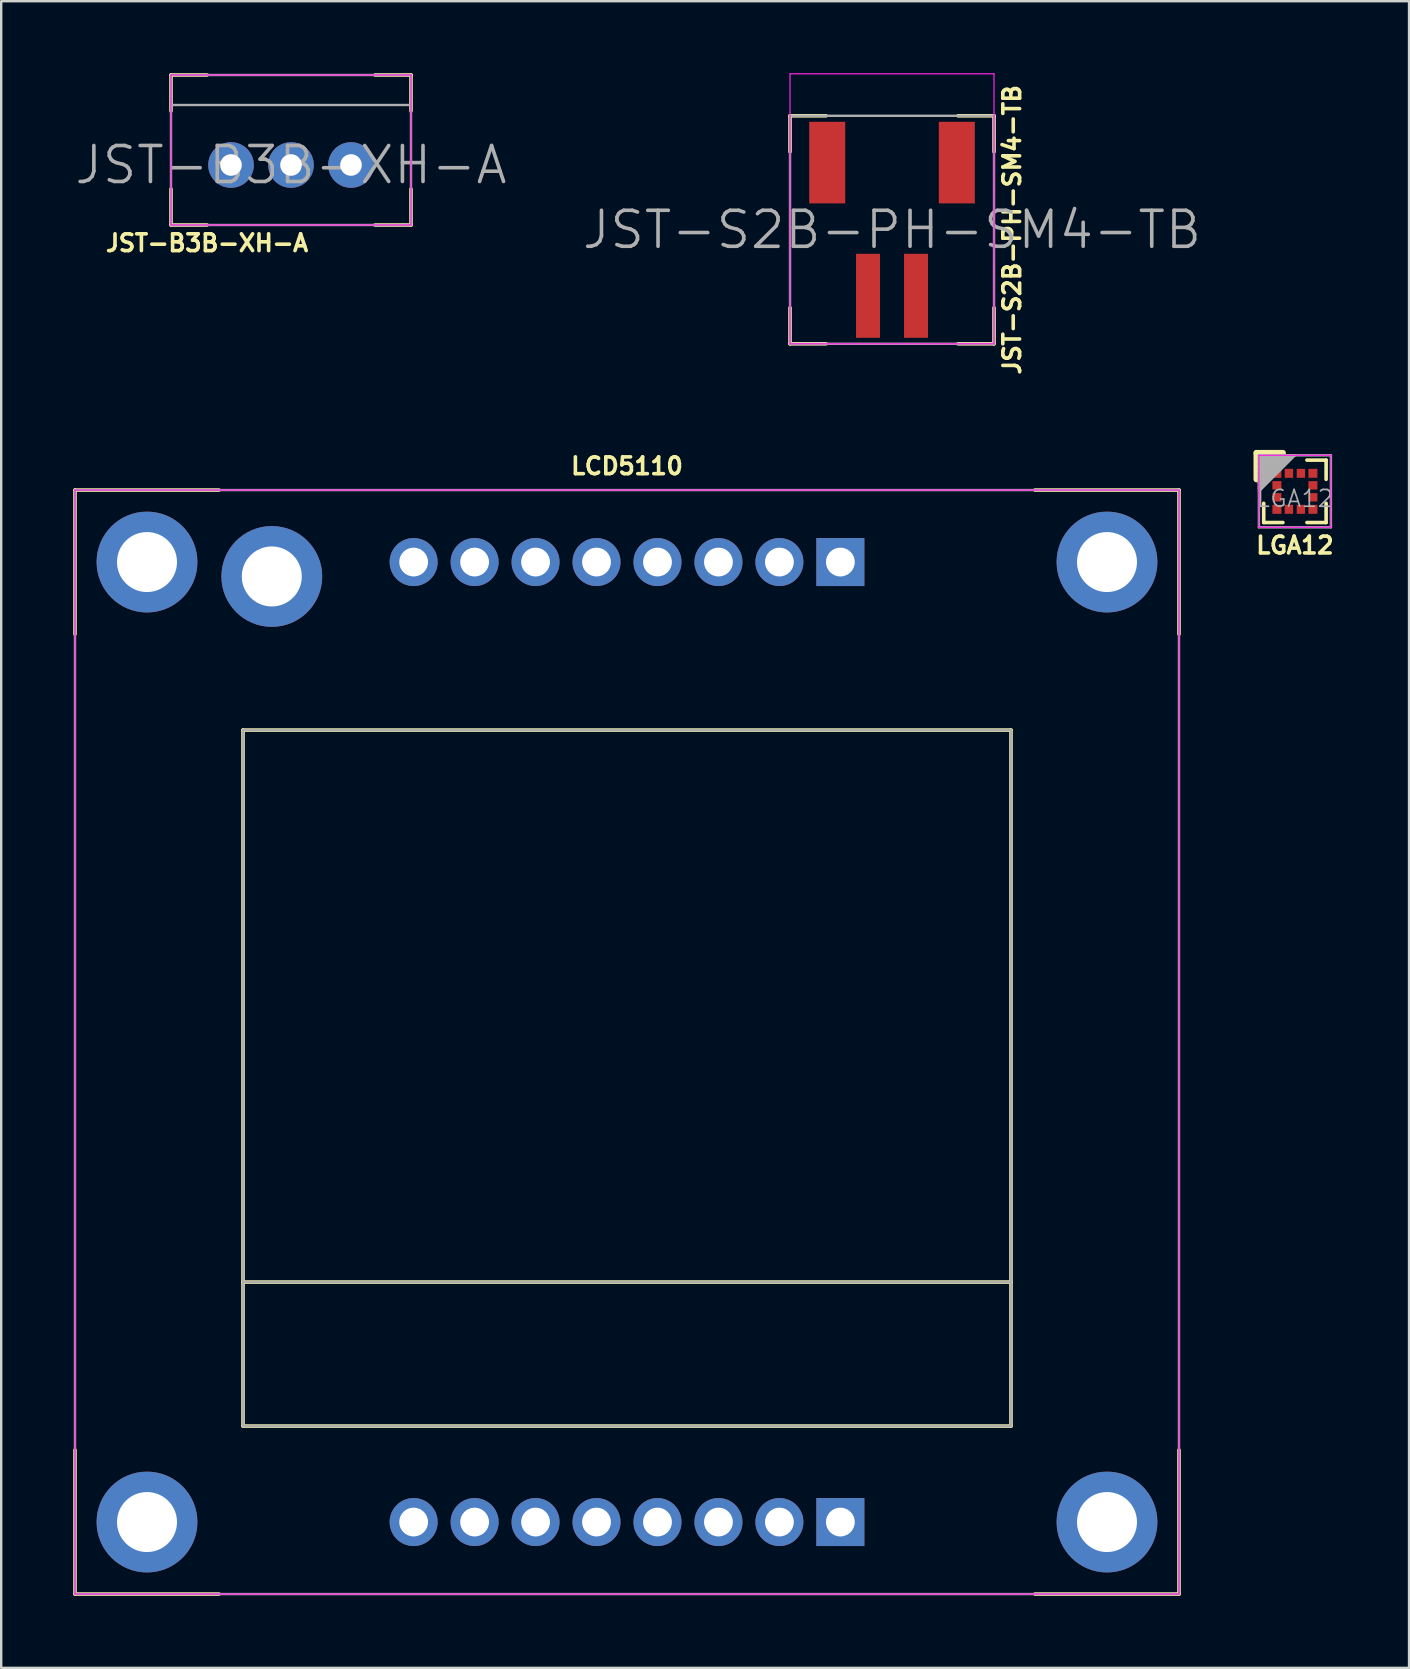
<source format=kicad_pcb>
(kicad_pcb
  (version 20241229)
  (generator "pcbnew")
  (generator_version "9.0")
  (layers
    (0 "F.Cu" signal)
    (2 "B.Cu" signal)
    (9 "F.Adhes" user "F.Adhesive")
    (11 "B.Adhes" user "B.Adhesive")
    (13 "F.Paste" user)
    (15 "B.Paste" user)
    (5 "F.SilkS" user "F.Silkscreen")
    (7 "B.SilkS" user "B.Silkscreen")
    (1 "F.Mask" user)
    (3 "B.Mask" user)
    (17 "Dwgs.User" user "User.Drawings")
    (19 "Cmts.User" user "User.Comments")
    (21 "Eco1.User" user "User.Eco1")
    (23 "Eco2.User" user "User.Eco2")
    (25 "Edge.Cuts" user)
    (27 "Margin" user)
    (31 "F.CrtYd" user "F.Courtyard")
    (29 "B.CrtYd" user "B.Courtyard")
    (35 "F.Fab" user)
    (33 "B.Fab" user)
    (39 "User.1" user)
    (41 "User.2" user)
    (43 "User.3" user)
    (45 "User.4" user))
  (footprint "JST-S2B-PH-SM4-TB"
    (layer "F.Cu")
    (at 34.118 6.525)
    (property "Reference" "JST-S2B-PH-SM4-TB" (at 5 0 90) (layer "F.SilkS") (effects (font (size 0.7 0.7) (thickness 0.15))))
    (attr through_hole)
    (fp_line (start -4.25 -4.75) (end -4.25 -3.25) (stroke (width 0.15) (type solid)) (layer "F.SilkS"))
    (fp_line (start -4.25 3.25) (end -4.25 4.75) (stroke (width 0.15) (type solid)) (layer "F.SilkS"))
    (fp_line (start -4.25 4.75) (end -2.75 4.75) (stroke (width 0.15) (type solid)) (layer "F.SilkS"))
    (fp_line (start -2.75 -4.75) (end -4.25 -4.75) (stroke (width 0.15) (type solid)) (layer "F.SilkS"))
    (fp_line (start 2.75 4.75) (end 4.25 4.75) (stroke (width 0.15) (type solid)) (layer "F.SilkS"))
    (fp_line (start 4.25 -4.75) (end 2.75 -4.75) (stroke (width 0.15) (type solid)) (layer "F.SilkS"))
    (fp_line (start 4.25 -3.25) (end 4.25 -4.75) (stroke (width 0.15) (type solid)) (layer "F.SilkS"))
    (fp_line (start 4.25 4.75) (end 4.25 3.25) (stroke (width 0.15) (type solid)) (layer "F.SilkS"))
    (fp_line (start -4.25 -6.5) (end 4.25 -6.5) (stroke (width 0.05) (type solid)) (layer "F.CrtYd"))
    (fp_line (start -4.25 4.75) (end -4.25 -6.5) (stroke (width 0.05) (type solid)) (layer "F.CrtYd"))
    (fp_line (start 4.25 -6.5) (end 4.25 4.75) (stroke (width 0.05) (type solid)) (layer "F.CrtYd"))
    (fp_line (start 4.25 4.75) (end -4.25 4.75) (stroke (width 0.05) (type solid)) (layer "F.CrtYd"))
    (fp_line (start -4.25 -4.75) (end -4.25 4.75) (stroke (width 0.1) (type solid)) (layer "F.Fab"))
    (fp_line (start -4.25 4.75) (end 4.25 4.75) (stroke (width 0.1) (type solid)) (layer "F.Fab"))
    (fp_line (start 4.25 -4.75) (end -4.25 -4.75) (stroke (width 0.1) (type solid)) (layer "F.Fab"))
    (fp_line (start 4.25 4.75) (end 4.25 -4.75) (stroke (width 0.1) (type solid)) (layer "F.Fab"))
    (fp_text user "${REFERENCE}" (at 0 0 0) (layer "F.Fab") (effects (font (size 1.5 1.5) (thickness 0.15))))
    (pad "" smd rect (at -2.7 -2.8) (size 1.5 3.4) (layers "F.Cu" "F.Mask" "F.Paste"))
    (pad "" smd rect (at 2.7 -2.8) (size 1.5 3.4) (layers "F.Cu" "F.Mask" "F.Paste"))
    (pad "1" smd rect (at 1 2.75) (size 1 3.5) (layers "F.Cu" "F.Mask" "F.Paste"))
    (pad "2" smd rect (at -1 2.75) (size 1 3.5) (layers "F.Cu" "F.Mask" "F.Paste")))
  (footprint "JST-B3B-XH-A"
    (layer "F.Cu")
    (at 9.075 3.825)
    (property "Reference" "JST-B3B-XH-A" (at -3.5 3.25 0) (layer "F.SilkS") (effects (font (size 0.7 0.7) (thickness 0.15))))
    (attr through_hole)
    (fp_line (start -5 -3.75) (end -5 -2.25) (stroke (width 0.15) (type solid)) (layer "F.SilkS"))
    (fp_line (start -5 -3.75) (end -3.5 -3.75) (stroke (width 0.15) (type solid)) (layer "F.SilkS"))
    (fp_line (start -5 2.5) (end -5 1) (stroke (width 0.15) (type solid)) (layer "F.SilkS"))
    (fp_line (start -5 2.5) (end -3.5 2.5) (stroke (width 0.15) (type solid)) (layer "F.SilkS"))
    (fp_line (start 5 -3.75) (end 3.5 -3.75) (stroke (width 0.15) (type solid)) (layer "F.SilkS"))
    (fp_line (start 5 -3.75) (end 5 -2.25) (stroke (width 0.15) (type solid)) (layer "F.SilkS"))
    (fp_line (start 5 2.5) (end 3.5 2.5) (stroke (width 0.15) (type solid)) (layer "F.SilkS"))
    (fp_line (start 5 2.5) (end 5 1) (stroke (width 0.15) (type solid)) (layer "F.SilkS"))
    (fp_line (start -5 -3.75) (end 5 -3.75) (stroke (width 0.05) (type solid)) (layer "F.CrtYd"))
    (fp_line (start -5 2.5) (end -5 -3.75) (stroke (width 0.05) (type solid)) (layer "F.CrtYd"))
    (fp_line (start 5 -3.75) (end 5 2.5) (stroke (width 0.05) (type solid)) (layer "F.CrtYd"))
    (fp_line (start 5 2.5) (end -5 2.5) (stroke (width 0.05) (type solid)) (layer "F.CrtYd"))
    (fp_line (start -5 -3.75) (end 5 -3.75) (stroke (width 0.1) (type solid)) (layer "F.Fab"))
    (fp_line (start -5 -2.5) (end 5 -2.5) (stroke (width 0.1) (type solid)) (layer "F.Fab"))
    (fp_line (start -5 2.5) (end -5 -3.75) (stroke (width 0.1) (type solid)) (layer "F.Fab"))
    (fp_line (start 5 -3.75) (end 5 2.5) (stroke (width 0.1) (type solid)) (layer "F.Fab"))
    (fp_line (start 5 2.5) (end -5 2.5) (stroke (width 0.1) (type solid)) (layer "F.Fab"))
    (fp_text user "${REFERENCE}" (at 0 0 0) (layer "F.Fab") (effects (font (size 1.5 1.5) (thickness 0.15))))
    (pad "1" thru_hole circle (at -2.5 0) (size 1.9 1.9) (drill 0.9) (layers "*.Cu" "*.Mask"))
    (pad "2" thru_hole circle (at 0 0) (size 1.9 1.9) (drill 0.9) (layers "*.Cu" "*.Mask"))
    (pad "3" thru_hole circle (at 2.5 0) (size 1.9 1.9) (drill 0.9) (layers "*.Cu" "*.Mask")))
  (footprint "LGA12"
    (layer "F.Cu")
    (at 50.905 17.422)
    (property "Reference" "LGA12" (at 0 2.25 0) (layer "F.SilkS") (effects (font (size 0.7 0.7) (thickness 0.15))))
    (attr through_hole)
    (fp_line (start -1.6 -1.6) (end -0.5 -1.6) (stroke (width 0.25) (type solid)) (layer "F.SilkS"))
    (fp_line (start -1.6 -0.5) (end -1.6 -1.6) (stroke (width 0.25) (type solid)) (layer "F.SilkS"))
    (fp_line (start -1.3 -1.3) (end -1.3 -0.5) (stroke (width 0.15) (type solid)) (layer "F.SilkS"))
    (fp_line (start -1.3 -1.3) (end -0.5 -1.3) (stroke (width 0.15) (type solid)) (layer "F.SilkS"))
    (fp_line (start -1.3 1.3) (end -1.3 0.5) (stroke (width 0.15) (type solid)) (layer "F.SilkS"))
    (fp_line (start -1.3 1.3) (end -0.5 1.3) (stroke (width 0.15) (type solid)) (layer "F.SilkS"))
    (fp_line (start 1.3 -1.3) (end 0.5 -1.3) (stroke (width 0.15) (type solid)) (layer "F.SilkS"))
    (fp_line (start 1.3 -1.3) (end 1.3 -0.5) (stroke (width 0.15) (type solid)) (layer "F.SilkS"))
    (fp_line (start 1.3 1.3) (end 0.5 1.3) (stroke (width 0.15) (type solid)) (layer "F.SilkS"))
    (fp_line (start 1.3 1.3) (end 1.3 0.5) (stroke (width 0.15) (type solid)) (layer "F.SilkS"))
    (fp_line (start -1.5 -1.5) (end 1.5 -1.5) (stroke (width 0.05) (type solid)) (layer "F.CrtYd"))
    (fp_line (start -1.5 1.5) (end -1.5 -1.5) (stroke (width 0.05) (type solid)) (layer "F.CrtYd"))
    (fp_line (start 1.5 -1.5) (end 1.5 1.5) (stroke (width 0.05) (type solid)) (layer "F.CrtYd"))
    (fp_line (start 1.5 1.5) (end -1.5 1.5) (stroke (width 0.05) (type solid)) (layer "F.CrtYd"))
    (fp_line (start -1.5 -1.5) (end 1.5 -1.5) (stroke (width 0.1) (type solid)) (layer "F.Fab"))
    (fp_line (start -1.5 -1.4) (end -1.5 -1.3) (stroke (width 0.1) (type solid)) (layer "F.Fab"))
    (fp_line (start -1.5 -1.3) (end -1.3 -1.5) (stroke (width 0.1) (type solid)) (layer "F.Fab"))
    (fp_line (start -1.5 -1.2) (end -1.5 -1.1) (stroke (width 0.1) (type solid)) (layer "F.Fab"))
    (fp_line (start -1.5 -1.1) (end -1.1 -1.5) (stroke (width 0.1) (type solid)) (layer "F.Fab"))
    (fp_line (start -1.5 -1) (end -1.5 -0.9) (stroke (width 0.1) (type solid)) (layer "F.Fab"))
    (fp_line (start -1.5 -0.9) (end -0.9 -1.5) (stroke (width 0.1) (type solid)) (layer "F.Fab"))
    (fp_line (start -1.5 -0.8) (end -1.5 -0.7) (stroke (width 0.1) (type solid)) (layer "F.Fab"))
    (fp_line (start -1.5 -0.7) (end -0.7 -1.5) (stroke (width 0.1) (type solid)) (layer "F.Fab"))
    (fp_line (start -1.5 -0.6) (end -1.5 -0.4) (stroke (width 0.1) (type solid)) (layer "F.Fab"))
    (fp_line (start -1.5 -0.5) (end -0.5 -1.5) (stroke (width 0.1) (type solid)) (layer "F.Fab"))
    (fp_line (start -1.5 -0.4) (end -1.5 -0.5) (stroke (width 0.1) (type solid)) (layer "F.Fab"))
    (fp_line (start -1.5 -0.4) (end -1.5 -0.3) (stroke (width 0.1) (type solid)) (layer "F.Fab"))
    (fp_line (start -1.5 -0.3) (end -0.3 -1.5) (stroke (width 0.1) (type solid)) (layer "F.Fab"))
    (fp_line (start -1.5 -0.2) (end -1.5 -0.1) (stroke (width 0.1) (type solid)) (layer "F.Fab"))
    (fp_line (start -1.5 -0.1) (end -0.1 -1.5) (stroke (width 0.1) (type solid)) (layer "F.Fab"))
    (fp_line (start -1.5 1.5) (end -1.5 -1.5) (stroke (width 0.1) (type solid)) (layer "F.Fab"))
    (fp_line (start -1.4 -1.5) (end -1.5 -1.4) (stroke (width 0.1) (type solid)) (layer "F.Fab"))
    (fp_line (start -1.2 -1.5) (end -1.5 -1.2) (stroke (width 0.1) (type solid)) (layer "F.Fab"))
    (fp_line (start -1.1 -1.5) (end -1 -1.5) (stroke (width 0.1) (type solid)) (layer "F.Fab"))
    (fp_line (start -1 -1.5) (end -1.5 -1) (stroke (width 0.1) (type solid)) (layer "F.Fab"))
    (fp_line (start -0.9 -1.5) (end -0.8 -1.5) (stroke (width 0.1) (type solid)) (layer "F.Fab"))
    (fp_line (start -0.8 -1.5) (end -1.5 -0.8) (stroke (width 0.1) (type solid)) (layer "F.Fab"))
    (fp_line (start -0.7 -1.5) (end -0.6 -1.5) (stroke (width 0.1) (type solid)) (layer "F.Fab"))
    (fp_line (start -0.6 -1.5) (end -1.5 -0.6) (stroke (width 0.1) (type solid)) (layer "F.Fab"))
    (fp_line (start -0.5 -1.5) (end -0.4 -1.5) (stroke (width 0.1) (type solid)) (layer "F.Fab"))
    (fp_line (start -0.4 -1.5) (end -1.5 -0.4) (stroke (width 0.1) (type solid)) (layer "F.Fab"))
    (fp_line (start -0.3 -1.5) (end -0.2 -1.5) (stroke (width 0.1) (type solid)) (layer "F.Fab"))
    (fp_line (start -0.2 -1.5) (end -1.5 -0.2) (stroke (width 0.1) (type solid)) (layer "F.Fab"))
    (fp_line (start -0.1 -1.5) (end 0 -1.5) (stroke (width 0.1) (type solid)) (layer "F.Fab"))
    (fp_line (start 0 -1.5) (end -1.5 0) (stroke (width 0.1) (type solid)) (layer "F.Fab"))
    (fp_line (start 1.5 -1.5) (end 1.5 1.5) (stroke (width 0.1) (type solid)) (layer "F.Fab"))
    (fp_line (start 1.5 1.5) (end -1.5 1.5) (stroke (width 0.1) (type solid)) (layer "F.Fab"))
    (fp_text user "${REFERENCE}" (at 0 0.3 0) (layer "F.Fab") (effects (font (size 0.7 0.7) (thickness 0.07))))
    (pad "1" smd rect (at -0.75 -0.75) (size 0.375 0.375) (layers "F.Cu" "F.Mask" "F.Paste"))
    (pad "2" smd rect (at -0.75 -0.25) (size 0.375 0.35) (layers "F.Cu" "F.Mask" "F.Paste"))
    (pad "3" smd rect (at -0.75 0.25) (size 0.375 0.35) (layers "F.Cu" "F.Mask" "F.Paste"))
    (pad "4" smd rect (at -0.75 0.75) (size 0.375 0.375) (layers "F.Cu" "F.Mask" "F.Paste"))
    (pad "5" smd rect (at -0.25 0.75 90) (size 0.375 0.35) (layers "F.Cu" "F.Mask" "F.Paste"))
    (pad "6" smd rect (at 0.25 0.75 90) (size 0.375 0.35) (layers "F.Cu" "F.Mask" "F.Paste"))
    (pad "7" smd rect (at 0.75 0.75) (size 0.375 0.375) (layers "F.Cu" "F.Mask" "F.Paste"))
    (pad "8" smd rect (at 0.75 0.25) (size 0.375 0.35) (layers "F.Cu" "F.Mask" "F.Paste"))
    (pad "9" smd rect (at 0.75 -0.25) (size 0.375 0.35) (layers "F.Cu" "F.Mask" "F.Paste"))
    (pad "10" smd rect (at 0.75 -0.75) (size 0.375 0.375) (layers "F.Cu" "F.Mask" "F.Paste"))
    (pad "11" smd rect (at 0.25 -0.75 90) (size 0.375 0.35) (layers "F.Cu" "F.Mask" "F.Paste"))
    (pad "12" smd rect (at -0.25 -0.75 90) (size 0.375 0.35) (layers "F.Cu" "F.Mask" "F.Paste")))
  (footprint "LCD5110"
    (layer "F.Cu")
    (at 23.075 40.369)
    (property "Reference" "LCD5110" (at 0 -24 0) (layer "F.SilkS") (effects (font (size 0.7 0.7) (thickness 0.15))))
    (attr through_hole)
    (fp_line (start -23 -23) (end -17 -23) (stroke (width 0.15) (type solid)) (layer "F.SilkS"))
    (fp_line (start -23 -17) (end -23 -23) (stroke (width 0.15) (type solid)) (layer "F.SilkS"))
    (fp_line (start -23 23) (end -23 17) (stroke (width 0.15) (type solid)) (layer "F.SilkS"))
    (fp_line (start -17 23) (end -23 23) (stroke (width 0.15) (type solid)) (layer "F.SilkS"))
    (fp_line (start -16 -13) (end 16 -13) (stroke (width 0.15) (type solid)) (layer "F.SilkS"))
    (fp_line (start -16 10) (end 16 10) (stroke (width 0.15) (type solid)) (layer "F.SilkS"))
    (fp_line (start -16 16) (end -16 -13) (stroke (width 0.15) (type solid)) (layer "F.SilkS"))
    (fp_line (start 16 -13) (end 16 16) (stroke (width 0.15) (type solid)) (layer "F.SilkS"))
    (fp_line (start 16 16) (end -16 16) (stroke (width 0.15) (type solid)) (layer "F.SilkS"))
    (fp_line (start 17 -23) (end 23 -23) (stroke (width 0.15) (type solid)) (layer "F.SilkS"))
    (fp_line (start 23 -23) (end 23 -17) (stroke (width 0.15) (type solid)) (layer "F.SilkS"))
    (fp_line (start 23 17) (end 23 23) (stroke (width 0.15) (type solid)) (layer "F.SilkS"))
    (fp_line (start 23 23) (end 17 23) (stroke (width 0.15) (type solid)) (layer "F.SilkS"))
    (fp_line (start -23 -23) (end 23 -23) (stroke (width 0.05) (type solid)) (layer "F.CrtYd"))
    (fp_line (start -23 23) (end -23 -23) (stroke (width 0.05) (type solid)) (layer "F.CrtYd"))
    (fp_line (start 23 -23) (end 23 23) (stroke (width 0.05) (type solid)) (layer "F.CrtYd"))
    (fp_line (start 23 23) (end -23 23) (stroke (width 0.05) (type solid)) (layer "F.CrtYd"))
    (fp_line (start -23 -23) (end -23 23) (stroke (width 0.1) (type solid)) (layer "F.Fab"))
    (fp_line (start -23 23) (end 23 23) (stroke (width 0.1) (type solid)) (layer "F.Fab"))
    (fp_line (start -16 -13) (end 16 -13) (stroke (width 0.1) (type solid)) (layer "F.Fab"))
    (fp_line (start -16 10) (end 16 10) (stroke (width 0.1) (type solid)) (layer "F.Fab"))
    (fp_line (start -16 16) (end -16 -13) (stroke (width 0.1) (type solid)) (layer "F.Fab"))
    (fp_line (start 16 -13) (end 16 16) (stroke (width 0.1) (type solid)) (layer "F.Fab"))
    (fp_line (start 16 16) (end -16 16) (stroke (width 0.1) (type solid)) (layer "F.Fab"))
    (fp_line (start 23 -23) (end -23 -23) (stroke (width 0.1) (type solid)) (layer "F.Fab"))
    (fp_line (start 23 23) (end 23 -23) (stroke (width 0.1) (type solid)) (layer "F.Fab"))
    (pad "" np_thru_hole circle (at -20 -20) (size 4.2 4.2) (drill 2.5) (layers "*.Cu" "*.Mask"))
    (pad "" np_thru_hole circle (at -20 20) (size 4.2 4.2) (drill 2.5) (layers "*.Cu" "*.Mask"))
    (pad "" np_thru_hole circle (at -14.8 -19.4) (size 4.2 4.2) (drill 2.5) (layers "*.Cu" "*.Mask"))
    (pad "" np_thru_hole circle (at 20 -20) (size 4.2 4.2) (drill 2.5) (layers "*.Cu" "*.Mask"))
    (pad "" np_thru_hole circle (at 20 20) (size 4.2 4.2) (drill 2.5) (layers "*.Cu" "*.Mask"))
    (pad "1" thru_hole rect (at 8.89 -20) (size 2 2) (drill 1.2) (layers "*.Cu" "*.Mask"))
    (pad "1" thru_hole rect (at 8.89 20) (size 2 2) (drill 1.2) (layers "*.Cu" "*.Mask"))
    (pad "2" thru_hole circle (at 6.35 -20) (size 2 2) (drill 1.2) (layers "*.Cu" "*.Mask"))
    (pad "2" thru_hole circle (at 6.35 20) (size 2 2) (drill 1.2) (layers "*.Cu" "*.Mask"))
    (pad "3" thru_hole circle (at 3.81 -20) (size 2 2) (drill 1.2) (layers "*.Cu" "*.Mask"))
    (pad "3" thru_hole circle (at 3.81 20) (size 2 2) (drill 1.2) (layers "*.Cu" "*.Mask"))
    (pad "4" thru_hole circle (at 1.27 -20) (size 2 2) (drill 1.2) (layers "*.Cu" "*.Mask"))
    (pad "4" thru_hole circle (at 1.27 20) (size 2 2) (drill 1.2) (layers "*.Cu" "*.Mask"))
    (pad "5" thru_hole circle (at -1.27 -20) (size 2 2) (drill 1.2) (layers "*.Cu" "*.Mask"))
    (pad "5" thru_hole circle (at -1.27 20) (size 2 2) (drill 1.2) (layers "*.Cu" "*.Mask"))
    (pad "6" thru_hole circle (at -3.81 -20) (size 2 2) (drill 1.2) (layers "*.Cu" "*.Mask"))
    (pad "6" thru_hole circle (at -3.81 20) (size 2 2) (drill 1.2) (layers "*.Cu" "*.Mask"))
    (pad "7" thru_hole circle (at -6.35 -20) (size 2 2) (drill 1.2) (layers "*.Cu" "*.Mask"))
    (pad "7" thru_hole circle (at -6.35 20) (size 2 2) (drill 1.2) (layers "*.Cu" "*.Mask"))
    (pad "8" thru_hole circle (at -8.89 -20) (size 2 2) (drill 1.2) (layers "*.Cu" "*.Mask"))
    (pad "8" thru_hole circle (at -8.89 20) (size 2 2) (drill 1.2) (layers "*.Cu" "*.Mask")))
  (gr_rect
    (start -3 -3)
    (end 55.66 66.444)
    (stroke (width 0.1) (type default))
    (fill no)
    (layer "Edge.Cuts")))
</source>
